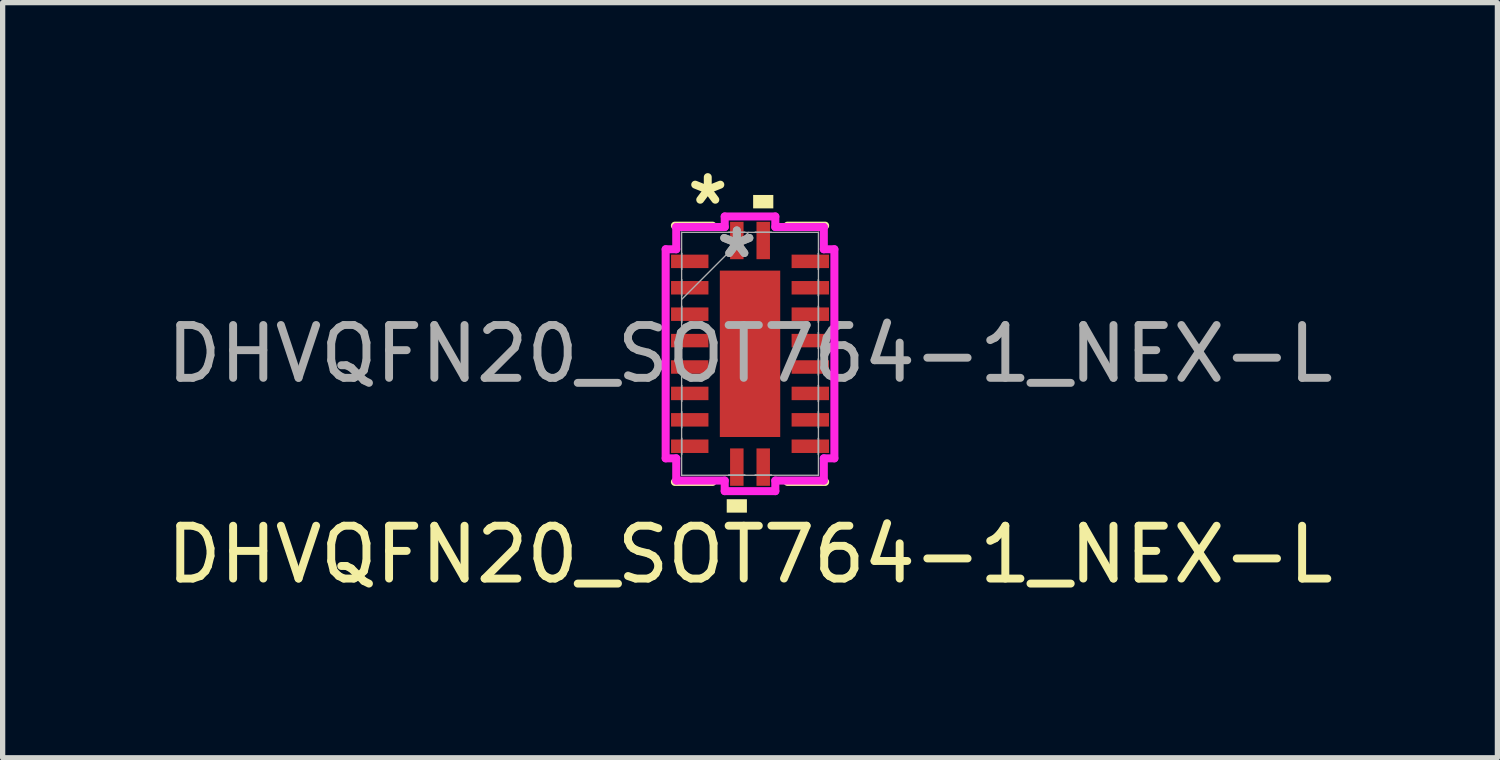
<source format=kicad_pcb>
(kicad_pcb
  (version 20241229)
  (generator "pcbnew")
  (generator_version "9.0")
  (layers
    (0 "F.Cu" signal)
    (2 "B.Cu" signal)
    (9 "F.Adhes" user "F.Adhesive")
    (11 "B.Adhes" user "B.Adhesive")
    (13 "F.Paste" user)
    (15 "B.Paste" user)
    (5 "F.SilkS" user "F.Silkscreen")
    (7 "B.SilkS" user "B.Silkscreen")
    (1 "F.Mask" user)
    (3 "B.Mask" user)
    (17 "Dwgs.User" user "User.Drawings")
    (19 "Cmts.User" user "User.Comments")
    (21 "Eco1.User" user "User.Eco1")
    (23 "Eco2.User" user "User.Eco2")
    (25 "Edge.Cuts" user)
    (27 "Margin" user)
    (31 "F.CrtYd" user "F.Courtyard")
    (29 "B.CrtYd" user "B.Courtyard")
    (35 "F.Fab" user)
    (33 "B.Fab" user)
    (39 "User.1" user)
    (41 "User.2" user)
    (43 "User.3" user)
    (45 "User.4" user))
  (footprint "DHVQFN20_SOT764-1_NEX-L"
    (layer "F.Cu")
    (at 11.149 3.648)
    (property "Reference" "DHVQFN20_SOT764-1_NEX-L" (at 0 3.8 0) (unlocked yes) (layer "F.SilkS") (effects (font (size 1 1) (thickness 0.15))))
    (attr smd)
    (fp_line (start -1.422 2.426) (end -0.71 2.426) (stroke (width 0.152) (type solid)) (layer "F.SilkS"))
    (fp_line (start -0.71 -2.426) (end -1.422 -2.426) (stroke (width 0.152) (type solid)) (layer "F.SilkS"))
    (fp_line (start 0.71 2.426) (end 1.422 2.426) (stroke (width 0.152) (type solid)) (layer "F.SilkS"))
    (fp_line (start 1.422 -2.426) (end 0.71 -2.426) (stroke (width 0.152) (type solid)) (layer "F.SilkS"))
    (fp_poly (pts (xy -0.441 2.753) (xy -0.441 3.007) (xy -0.059 3.007) (xy -0.059 2.753)) (stroke (width 0) (type solid)) (fill yes) (layer "F.SilkS"))
    (fp_poly (pts (xy 0.059 -2.753) (xy 0.059 -3.007) (xy 0.441 -3.007) (xy 0.441 -2.753)) (stroke (width 0) (type solid)) (fill yes) (layer "F.SilkS"))
    (fp_poly (pts (xy -0.471 -1.475) (xy -0.471 -0.1) (xy 0.471 -0.1) (xy 0.471 -1.475)) (stroke (width 0) (type solid)) (fill yes) (layer "F.Paste"))
    (fp_poly (pts (xy -0.471 0.1) (xy -0.471 1.475) (xy 0.471 1.475) (xy 0.471 0.1)) (stroke (width 0) (type solid)) (fill yes) (layer "F.Paste"))
    (fp_line (start -1.597 -1.979) (end -1.397 -1.979) (stroke (width 0.152) (type solid)) (layer "F.CrtYd"))
    (fp_line (start -1.597 1.979) (end -1.597 -1.979) (stroke (width 0.152) (type solid)) (layer "F.CrtYd"))
    (fp_line (start -1.397 -2.4) (end -0.479 -2.4) (stroke (width 0.152) (type solid)) (layer "F.CrtYd"))
    (fp_line (start -1.397 -1.979) (end -1.397 -2.4) (stroke (width 0.152) (type solid)) (layer "F.CrtYd"))
    (fp_line (start -1.397 1.979) (end -1.597 1.979) (stroke (width 0.152) (type solid)) (layer "F.CrtYd"))
    (fp_line (start -1.397 2.4) (end -1.397 1.979) (stroke (width 0.152) (type solid)) (layer "F.CrtYd"))
    (fp_line (start -0.479 -2.6) (end 0.479 -2.6) (stroke (width 0.152) (type solid)) (layer "F.CrtYd"))
    (fp_line (start -0.479 -2.4) (end -0.479 -2.6) (stroke (width 0.152) (type solid)) (layer "F.CrtYd"))
    (fp_line (start -0.479 2.4) (end -1.397 2.4) (stroke (width 0.152) (type solid)) (layer "F.CrtYd"))
    (fp_line (start -0.479 2.6) (end -0.479 2.4) (stroke (width 0.152) (type solid)) (layer "F.CrtYd"))
    (fp_line (start 0.479 -2.6) (end 0.479 -2.4) (stroke (width 0.152) (type solid)) (layer "F.CrtYd"))
    (fp_line (start 0.479 -2.4) (end 1.397 -2.4) (stroke (width 0.152) (type solid)) (layer "F.CrtYd"))
    (fp_line (start 0.479 2.4) (end 0.479 2.6) (stroke (width 0.152) (type solid)) (layer "F.CrtYd"))
    (fp_line (start 0.479 2.6) (end -0.479 2.6) (stroke (width 0.152) (type solid)) (layer "F.CrtYd"))
    (fp_line (start 1.397 -2.4) (end 1.397 -1.979) (stroke (width 0.152) (type solid)) (layer "F.CrtYd"))
    (fp_line (start 1.397 -1.979) (end 1.597 -1.979) (stroke (width 0.152) (type solid)) (layer "F.CrtYd"))
    (fp_line (start 1.397 1.979) (end 1.397 2.4) (stroke (width 0.152) (type solid)) (layer "F.CrtYd"))
    (fp_line (start 1.397 2.4) (end 0.479 2.4) (stroke (width 0.152) (type solid)) (layer "F.CrtYd"))
    (fp_line (start 1.597 -1.979) (end 1.597 1.979) (stroke (width 0.152) (type solid)) (layer "F.CrtYd"))
    (fp_line (start 1.597 1.979) (end 1.397 1.979) (stroke (width 0.152) (type solid)) (layer "F.CrtYd"))
    (fp_line (start -1.295 -2.299) (end -1.295 -2.299) (stroke (width 0.025) (type solid)) (layer "F.Fab"))
    (fp_line (start -1.295 -2.299) (end -1.295 2.299) (stroke (width 0.025) (type solid)) (layer "F.Fab"))
    (fp_line (start -1.295 -1.902) (end -1.295 -1.902) (stroke (width 0.025) (type solid)) (layer "F.Fab"))
    (fp_line (start -1.295 -1.902) (end -1.295 -1.598) (stroke (width 0.025) (type solid)) (layer "F.Fab"))
    (fp_line (start -1.295 -1.598) (end -1.295 -1.902) (stroke (width 0.025) (type solid)) (layer "F.Fab"))
    (fp_line (start -1.295 -1.598) (end -1.295 -1.598) (stroke (width 0.025) (type solid)) (layer "F.Fab"))
    (fp_line (start -1.295 -1.402) (end -1.295 -1.402) (stroke (width 0.025) (type solid)) (layer "F.Fab"))
    (fp_line (start -1.295 -1.402) (end -1.295 -1.098) (stroke (width 0.025) (type solid)) (layer "F.Fab"))
    (fp_line (start -1.295 -1.098) (end -1.295 -1.402) (stroke (width 0.025) (type solid)) (layer "F.Fab"))
    (fp_line (start -1.295 -1.098) (end -1.295 -1.098) (stroke (width 0.025) (type solid)) (layer "F.Fab"))
    (fp_line (start -1.295 -1.029) (end -0.025 -2.299) (stroke (width 0.025) (type solid)) (layer "F.Fab"))
    (fp_line (start -1.295 -0.902) (end -1.295 -0.902) (stroke (width 0.025) (type solid)) (layer "F.Fab"))
    (fp_line (start -1.295 -0.902) (end -1.295 -0.598) (stroke (width 0.025) (type solid)) (layer "F.Fab"))
    (fp_line (start -1.295 -0.598) (end -1.295 -0.902) (stroke (width 0.025) (type solid)) (layer "F.Fab"))
    (fp_line (start -1.295 -0.598) (end -1.295 -0.598) (stroke (width 0.025) (type solid)) (layer "F.Fab"))
    (fp_line (start -1.295 -0.402) (end -1.295 -0.402) (stroke (width 0.025) (type solid)) (layer "F.Fab"))
    (fp_line (start -1.295 -0.402) (end -1.295 -0.098) (stroke (width 0.025) (type solid)) (layer "F.Fab"))
    (fp_line (start -1.295 -0.098) (end -1.295 -0.402) (stroke (width 0.025) (type solid)) (layer "F.Fab"))
    (fp_line (start -1.295 -0.098) (end -1.295 -0.098) (stroke (width 0.025) (type solid)) (layer "F.Fab"))
    (fp_line (start -1.295 0.098) (end -1.295 0.098) (stroke (width 0.025) (type solid)) (layer "F.Fab"))
    (fp_line (start -1.295 0.098) (end -1.295 0.402) (stroke (width 0.025) (type solid)) (layer "F.Fab"))
    (fp_line (start -1.295 0.402) (end -1.295 0.098) (stroke (width 0.025) (type solid)) (layer "F.Fab"))
    (fp_line (start -1.295 0.402) (end -1.295 0.402) (stroke (width 0.025) (type solid)) (layer "F.Fab"))
    (fp_line (start -1.295 0.598) (end -1.295 0.598) (stroke (width 0.025) (type solid)) (layer "F.Fab"))
    (fp_line (start -1.295 0.598) (end -1.295 0.902) (stroke (width 0.025) (type solid)) (layer "F.Fab"))
    (fp_line (start -1.295 0.902) (end -1.295 0.598) (stroke (width 0.025) (type solid)) (layer "F.Fab"))
    (fp_line (start -1.295 0.902) (end -1.295 0.902) (stroke (width 0.025) (type solid)) (layer "F.Fab"))
    (fp_line (start -1.295 1.098) (end -1.295 1.098) (stroke (width 0.025) (type solid)) (layer "F.Fab"))
    (fp_line (start -1.295 1.098) (end -1.295 1.402) (stroke (width 0.025) (type solid)) (layer "F.Fab"))
    (fp_line (start -1.295 1.402) (end -1.295 1.098) (stroke (width 0.025) (type solid)) (layer "F.Fab"))
    (fp_line (start -1.295 1.402) (end -1.295 1.402) (stroke (width 0.025) (type solid)) (layer "F.Fab"))
    (fp_line (start -1.295 1.598) (end -1.295 1.598) (stroke (width 0.025) (type solid)) (layer "F.Fab"))
    (fp_line (start -1.295 1.598) (end -1.295 1.902) (stroke (width 0.025) (type solid)) (layer "F.Fab"))
    (fp_line (start -1.295 1.902) (end -1.295 1.598) (stroke (width 0.025) (type solid)) (layer "F.Fab"))
    (fp_line (start -1.295 1.902) (end -1.295 1.902) (stroke (width 0.025) (type solid)) (layer "F.Fab"))
    (fp_line (start -1.295 2.299) (end -1.295 2.299) (stroke (width 0.025) (type solid)) (layer "F.Fab"))
    (fp_line (start -1.295 2.299) (end 1.295 2.299) (stroke (width 0.025) (type solid)) (layer "F.Fab"))
    (fp_line (start -0.402 -2.299) (end -0.402 -2.299) (stroke (width 0.025) (type solid)) (layer "F.Fab"))
    (fp_line (start -0.402 -2.299) (end -0.098 -2.299) (stroke (width 0.025) (type solid)) (layer "F.Fab"))
    (fp_line (start -0.402 2.299) (end -0.402 2.299) (stroke (width 0.025) (type solid)) (layer "F.Fab"))
    (fp_line (start -0.402 2.299) (end -0.098 2.299) (stroke (width 0.025) (type solid)) (layer "F.Fab"))
    (fp_line (start -0.098 -2.299) (end -0.402 -2.299) (stroke (width 0.025) (type solid)) (layer "F.Fab"))
    (fp_line (start -0.098 -2.299) (end -0.098 -2.299) (stroke (width 0.025) (type solid)) (layer "F.Fab"))
    (fp_line (start -0.098 2.299) (end -0.402 2.299) (stroke (width 0.025) (type solid)) (layer "F.Fab"))
    (fp_line (start -0.098 2.299) (end -0.098 2.299) (stroke (width 0.025) (type solid)) (layer "F.Fab"))
    (fp_line (start 0.098 -2.299) (end 0.098 -2.299) (stroke (width 0.025) (type solid)) (layer "F.Fab"))
    (fp_line (start 0.098 -2.299) (end 0.402 -2.299) (stroke (width 0.025) (type solid)) (layer "F.Fab"))
    (fp_line (start 0.098 2.299) (end 0.098 2.299) (stroke (width 0.025) (type solid)) (layer "F.Fab"))
    (fp_line (start 0.098 2.299) (end 0.402 2.299) (stroke (width 0.025) (type solid)) (layer "F.Fab"))
    (fp_line (start 0.402 -2.299) (end 0.098 -2.299) (stroke (width 0.025) (type solid)) (layer "F.Fab"))
    (fp_line (start 0.402 -2.299) (end 0.402 -2.299) (stroke (width 0.025) (type solid)) (layer "F.Fab"))
    (fp_line (start 0.402 2.299) (end 0.098 2.299) (stroke (width 0.025) (type solid)) (layer "F.Fab"))
    (fp_line (start 0.402 2.299) (end 0.402 2.299) (stroke (width 0.025) (type solid)) (layer "F.Fab"))
    (fp_line (start 1.295 -2.299) (end -1.295 -2.299) (stroke (width 0.025) (type solid)) (layer "F.Fab"))
    (fp_line (start 1.295 -2.299) (end 1.295 -2.299) (stroke (width 0.025) (type solid)) (layer "F.Fab"))
    (fp_line (start 1.295 -1.902) (end 1.295 -1.902) (stroke (width 0.025) (type solid)) (layer "F.Fab"))
    (fp_line (start 1.295 -1.902) (end 1.295 -1.598) (stroke (width 0.025) (type solid)) (layer "F.Fab"))
    (fp_line (start 1.295 -1.598) (end 1.295 -1.902) (stroke (width 0.025) (type solid)) (layer "F.Fab"))
    (fp_line (start 1.295 -1.598) (end 1.295 -1.598) (stroke (width 0.025) (type solid)) (layer "F.Fab"))
    (fp_line (start 1.295 -1.402) (end 1.295 -1.402) (stroke (width 0.025) (type solid)) (layer "F.Fab"))
    (fp_line (start 1.295 -1.402) (end 1.295 -1.098) (stroke (width 0.025) (type solid)) (layer "F.Fab"))
    (fp_line (start 1.295 -1.098) (end 1.295 -1.402) (stroke (width 0.025) (type solid)) (layer "F.Fab"))
    (fp_line (start 1.295 -1.098) (end 1.295 -1.098) (stroke (width 0.025) (type solid)) (layer "F.Fab"))
    (fp_line (start 1.295 -0.902) (end 1.295 -0.902) (stroke (width 0.025) (type solid)) (layer "F.Fab"))
    (fp_line (start 1.295 -0.902) (end 1.295 -0.598) (stroke (width 0.025) (type solid)) (layer "F.Fab"))
    (fp_line (start 1.295 -0.598) (end 1.295 -0.902) (stroke (width 0.025) (type solid)) (layer "F.Fab"))
    (fp_line (start 1.295 -0.598) (end 1.295 -0.598) (stroke (width 0.025) (type solid)) (layer "F.Fab"))
    (fp_line (start 1.295 -0.402) (end 1.295 -0.402) (stroke (width 0.025) (type solid)) (layer "F.Fab"))
    (fp_line (start 1.295 -0.402) (end 1.295 -0.098) (stroke (width 0.025) (type solid)) (layer "F.Fab"))
    (fp_line (start 1.295 -0.098) (end 1.295 -0.402) (stroke (width 0.025) (type solid)) (layer "F.Fab"))
    (fp_line (start 1.295 -0.098) (end 1.295 -0.098) (stroke (width 0.025) (type solid)) (layer "F.Fab"))
    (fp_line (start 1.295 0.098) (end 1.295 0.098) (stroke (width 0.025) (type solid)) (layer "F.Fab"))
    (fp_line (start 1.295 0.098) (end 1.295 0.402) (stroke (width 0.025) (type solid)) (layer "F.Fab"))
    (fp_line (start 1.295 0.402) (end 1.295 0.098) (stroke (width 0.025) (type solid)) (layer "F.Fab"))
    (fp_line (start 1.295 0.402) (end 1.295 0.402) (stroke (width 0.025) (type solid)) (layer "F.Fab"))
    (fp_line (start 1.295 0.598) (end 1.295 0.598) (stroke (width 0.025) (type solid)) (layer "F.Fab"))
    (fp_line (start 1.295 0.598) (end 1.295 0.902) (stroke (width 0.025) (type solid)) (layer "F.Fab"))
    (fp_line (start 1.295 0.902) (end 1.295 0.598) (stroke (width 0.025) (type solid)) (layer "F.Fab"))
    (fp_line (start 1.295 0.902) (end 1.295 0.902) (stroke (width 0.025) (type solid)) (layer "F.Fab"))
    (fp_line (start 1.295 1.098) (end 1.295 1.098) (stroke (width 0.025) (type solid)) (layer "F.Fab"))
    (fp_line (start 1.295 1.098) (end 1.295 1.402) (stroke (width 0.025) (type solid)) (layer "F.Fab"))
    (fp_line (start 1.295 1.402) (end 1.295 1.098) (stroke (width 0.025) (type solid)) (layer "F.Fab"))
    (fp_line (start 1.295 1.402) (end 1.295 1.402) (stroke (width 0.025) (type solid)) (layer "F.Fab"))
    (fp_line (start 1.295 1.598) (end 1.295 1.598) (stroke (width 0.025) (type solid)) (layer "F.Fab"))
    (fp_line (start 1.295 1.598) (end 1.295 1.902) (stroke (width 0.025) (type solid)) (layer "F.Fab"))
    (fp_line (start 1.295 1.902) (end 1.295 1.598) (stroke (width 0.025) (type solid)) (layer "F.Fab"))
    (fp_line (start 1.295 1.902) (end 1.295 1.902) (stroke (width 0.025) (type solid)) (layer "F.Fab"))
    (fp_line (start 1.295 2.299) (end 1.295 -2.299) (stroke (width 0.025) (type solid)) (layer "F.Fab"))
    (fp_line (start 1.295 2.299) (end 1.295 2.299) (stroke (width 0.025) (type solid)) (layer "F.Fab"))
    (fp_text user "*" (at -0.8 -2.8 0) (layer "F.SilkS") (effects (font (size 1 1) (thickness 0.15))))
    (fp_text user "*" (at -0.25 -1.791 0) (layer "F.Fab") (effects (font (size 1 1) (thickness 0.15))))
    (fp_text user "${REFERENCE}" (at 0 0 0) (unlocked yes) (layer "F.Fab") (effects (font (size 1 1) (thickness 0.15))))
    (fp_text user "*" (at -0.25 -1.791 0) (unlocked yes) (layer "F.Fab") (effects (font (size 1 1) (thickness 0.15))))
    (pad "1" smd rect (at -0.25 -2.145) (size 0.255 0.708) (layers "F.Cu" "F.Mask" "F.Paste"))
    (pad "2" smd rect (at -1.141 -1.75 90) (size 0.255 0.708) (layers "F.Cu" "F.Mask" "F.Paste"))
    (pad "3" smd rect (at -1.141 -1.25 90) (size 0.255 0.708) (layers "F.Cu" "F.Mask" "F.Paste"))
    (pad "4" smd rect (at -1.141 -0.75 90) (size 0.255 0.708) (layers "F.Cu" "F.Mask" "F.Paste"))
    (pad "5" smd rect (at -1.141 -0.25 90) (size 0.255 0.708) (layers "F.Cu" "F.Mask" "F.Paste"))
    (pad "6" smd rect (at -1.141 0.25 90) (size 0.255 0.708) (layers "F.Cu" "F.Mask" "F.Paste"))
    (pad "7" smd rect (at -1.141 0.75 90) (size 0.255 0.708) (layers "F.Cu" "F.Mask" "F.Paste"))
    (pad "8" smd rect (at -1.141 1.25 90) (size 0.255 0.708) (layers "F.Cu" "F.Mask" "F.Paste"))
    (pad "9" smd rect (at -1.141 1.75 90) (size 0.255 0.708) (layers "F.Cu" "F.Mask" "F.Paste"))
    (pad "10" smd rect (at -0.25 2.145) (size 0.255 0.708) (layers "F.Cu" "F.Mask" "F.Paste"))
    (pad "11" smd rect (at 0.25 2.145) (size 0.255 0.708) (layers "F.Cu" "F.Mask" "F.Paste"))
    (pad "12" smd rect (at 1.141 1.75 90) (size 0.255 0.708) (layers "F.Cu" "F.Mask" "F.Paste"))
    (pad "13" smd rect (at 1.141 1.25 90) (size 0.255 0.708) (layers "F.Cu" "F.Mask" "F.Paste"))
    (pad "14" smd rect (at 1.141 0.75 90) (size 0.255 0.708) (layers "F.Cu" "F.Mask" "F.Paste"))
    (pad "15" smd rect (at 1.141 0.25 90) (size 0.255 0.708) (layers "F.Cu" "F.Mask" "F.Paste"))
    (pad "16" smd rect (at 1.141 -0.25 90) (size 0.255 0.708) (layers "F.Cu" "F.Mask" "F.Paste"))
    (pad "17" smd rect (at 1.141 -0.75 90) (size 0.255 0.708) (layers "F.Cu" "F.Mask" "F.Paste"))
    (pad "18" smd rect (at 1.141 -1.25 90) (size 0.255 0.708) (layers "F.Cu" "F.Mask" "F.Paste"))
    (pad "19" smd rect (at 1.141 -1.75 90) (size 0.255 0.708) (layers "F.Cu" "F.Mask" "F.Paste"))
    (pad "20" smd rect (at 0.25 -2.145) (size 0.255 0.708) (layers "F.Cu" "F.Mask" "F.Paste"))
    (pad "21" smd rect (at 0 0) (size 1.143 3.15) (layers "F.Cu" "F.Mask" "F.Paste")))
  (gr_rect
    (start -3 -3)
    (end 25.298 11.296)
    (stroke (width 0.1) (type default))
    (fill no)
    (layer "Edge.Cuts")))
</source>
